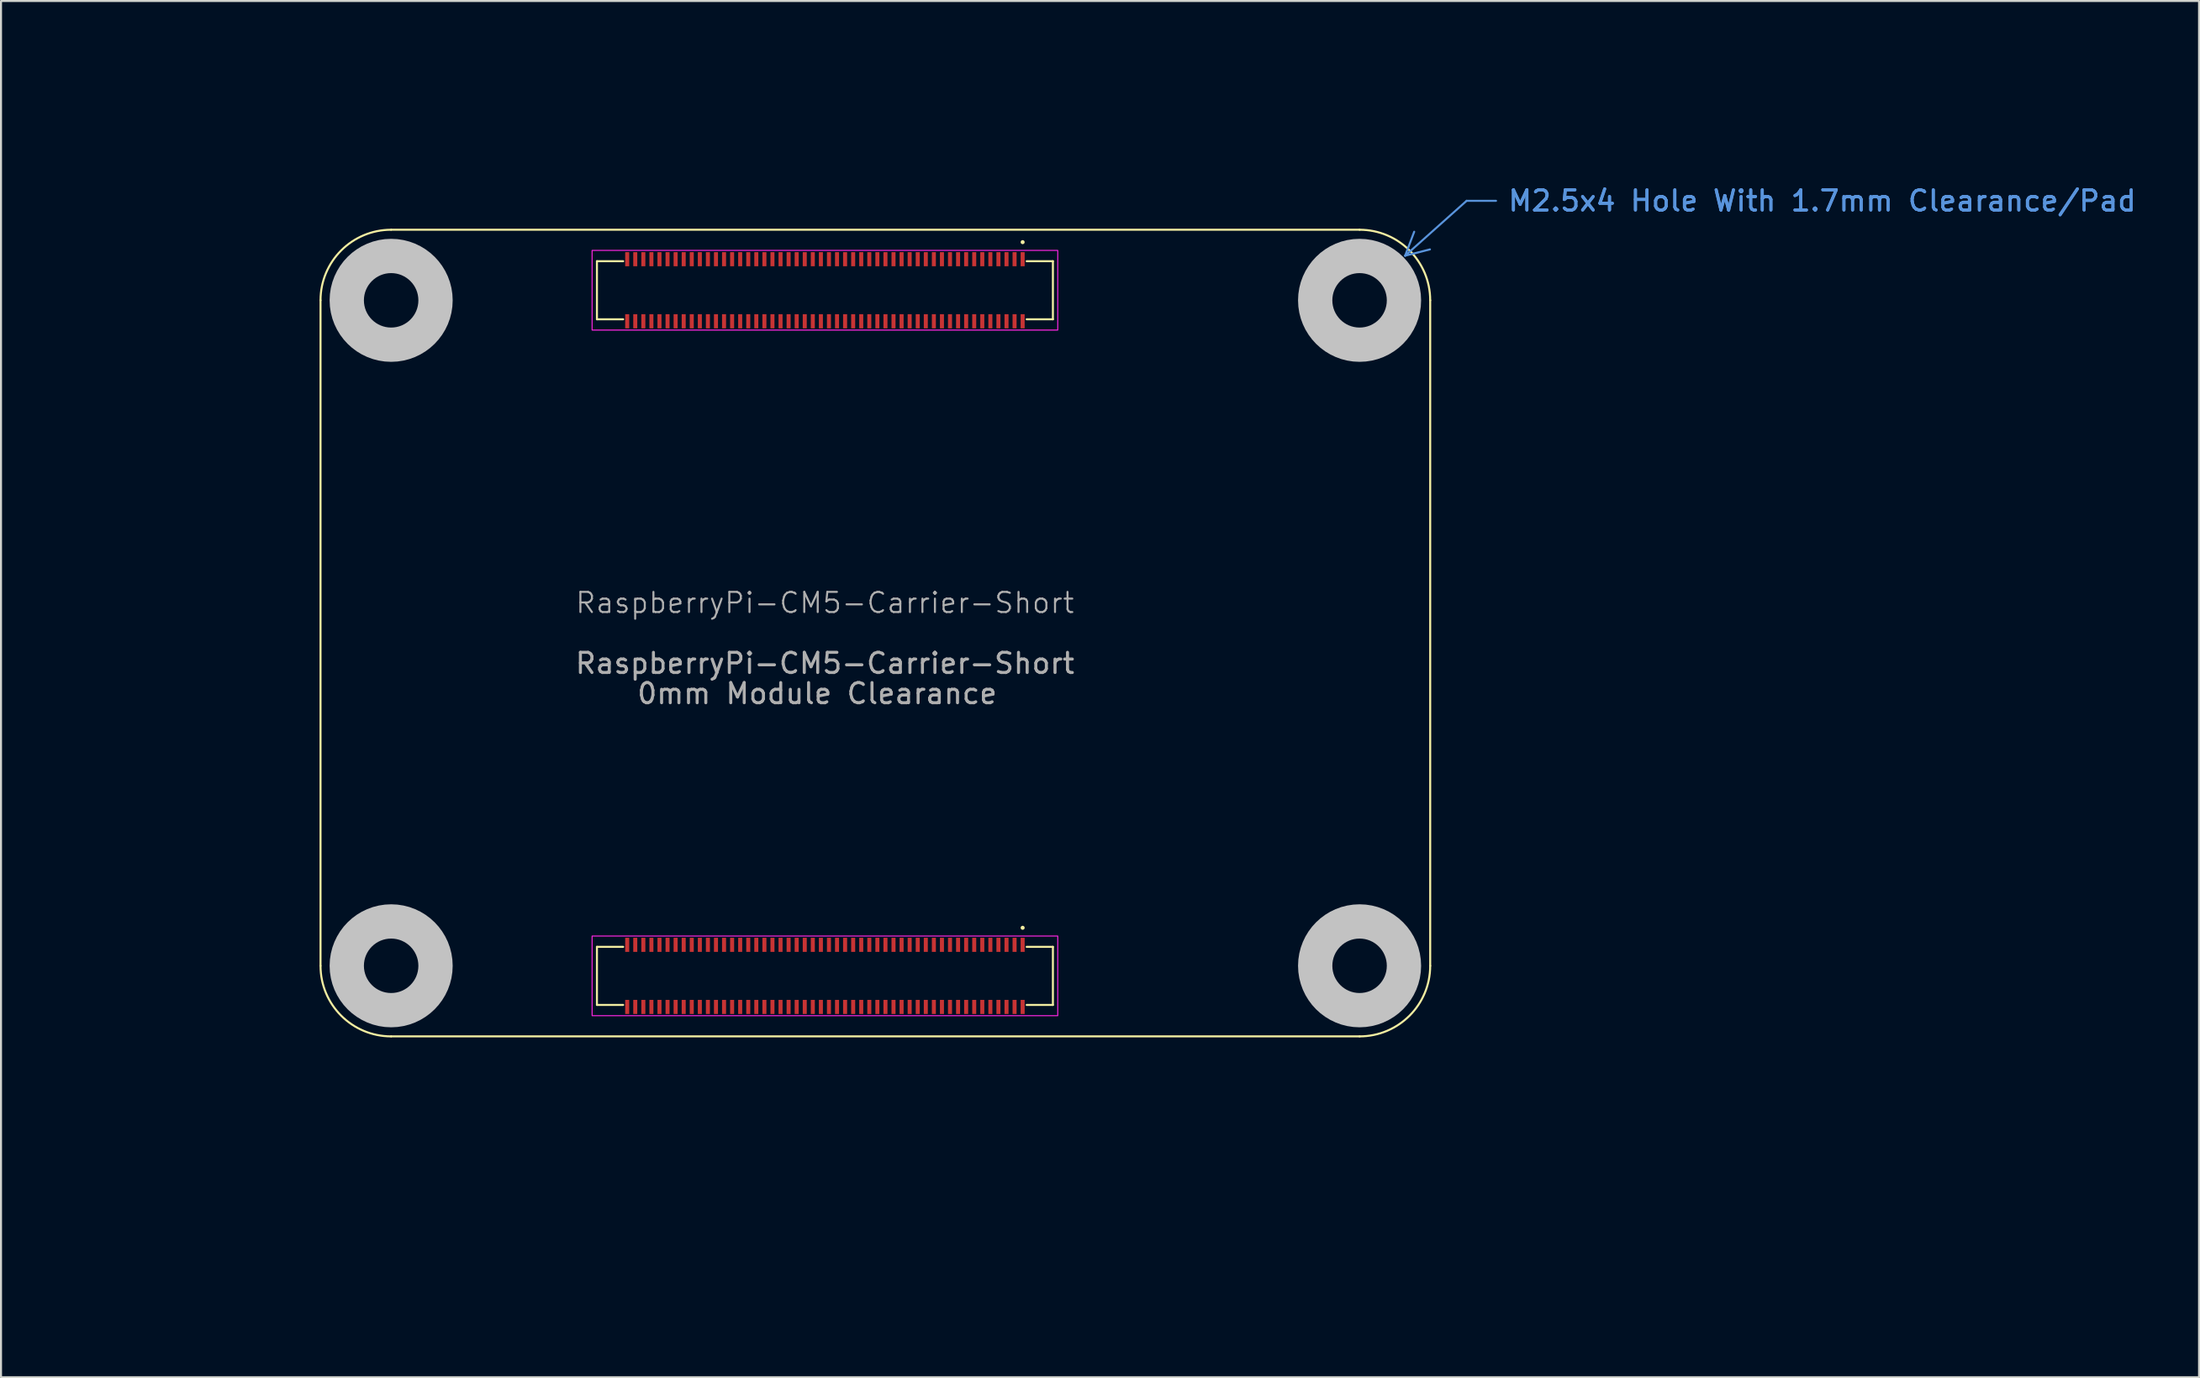
<source format=kicad_pcb>
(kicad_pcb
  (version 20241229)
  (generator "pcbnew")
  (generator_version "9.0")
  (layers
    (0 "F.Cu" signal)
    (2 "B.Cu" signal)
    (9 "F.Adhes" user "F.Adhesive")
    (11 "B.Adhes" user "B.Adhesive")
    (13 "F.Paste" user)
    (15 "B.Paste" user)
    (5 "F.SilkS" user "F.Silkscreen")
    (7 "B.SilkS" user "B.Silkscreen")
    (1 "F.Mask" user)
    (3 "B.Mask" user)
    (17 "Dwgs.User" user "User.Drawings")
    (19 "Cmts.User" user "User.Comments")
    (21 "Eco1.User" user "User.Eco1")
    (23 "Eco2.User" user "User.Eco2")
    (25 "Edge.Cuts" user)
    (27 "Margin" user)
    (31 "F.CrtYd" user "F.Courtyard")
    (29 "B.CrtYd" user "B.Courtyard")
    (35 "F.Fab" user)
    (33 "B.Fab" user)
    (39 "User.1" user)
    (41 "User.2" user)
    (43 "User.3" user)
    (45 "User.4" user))
  (footprint "RaspberryPi-CM5-Carrier-Short"
    (layer "F.Cu")
    (at 37.837 48.343)
    (property "Reference" "RaspberryPi-CM5-Carrier-Short" (at 0 -21.5 0) (unlocked yes) (layer "F.Fab") (effects (font (size 1 1) (thickness 0.1))))
    (attr smd)
    (fp_line (start -25 -3.5) (end -25 -36.5) (stroke (width 0.1) (type default)) (layer "F.SilkS"))
    (fp_line (start -21.5 -40) (end 26.5 -40) (stroke (width 0.1) (type default)) (layer "F.SilkS"))
    (fp_line (start -11.3 -38.44) (end -11.3 -35.56) (stroke (width 0.1) (type default)) (layer "F.SilkS"))
    (fp_line (start -11.3 -38.44) (end -10 -38.44) (stroke (width 0.1) (type default)) (layer "F.SilkS"))
    (fp_line (start -11.3 -35.56) (end -10 -35.56) (stroke (width 0.1) (type default)) (layer "F.SilkS"))
    (fp_line (start -11.3 -4.44) (end -11.3 -1.56) (stroke (width 0.1) (type default)) (layer "F.SilkS"))
    (fp_line (start -11.3 -4.44) (end -10 -4.44) (stroke (width 0.1) (type default)) (layer "F.SilkS"))
    (fp_line (start -11.3 -1.56) (end -10 -1.56) (stroke (width 0.1) (type default)) (layer "F.SilkS"))
    (fp_line (start 11.3 -38.44) (end 10 -38.44) (stroke (width 0.1) (type default)) (layer "F.SilkS"))
    (fp_line (start 11.3 -38.44) (end 11.3 -35.56) (stroke (width 0.1) (type default)) (layer "F.SilkS"))
    (fp_line (start 11.3 -35.56) (end 10 -35.56) (stroke (width 0.1) (type default)) (layer "F.SilkS"))
    (fp_line (start 11.3 -4.44) (end 10 -4.44) (stroke (width 0.1) (type default)) (layer "F.SilkS"))
    (fp_line (start 11.3 -4.44) (end 11.3 -1.56) (stroke (width 0.1) (type default)) (layer "F.SilkS"))
    (fp_line (start 11.3 -1.56) (end 10 -1.56) (stroke (width 0.1) (type default)) (layer "F.SilkS"))
    (fp_line (start 26.5 0) (end -21.5 0) (stroke (width 0.1) (type default)) (layer "F.SilkS"))
    (fp_line (start 30 -36.5) (end 30 -3.5) (stroke (width 0.1) (type default)) (layer "F.SilkS"))
    (fp_arc (start -25 -36.5) (mid -23.974874 -38.974874) (end -21.5 -40) (stroke (width 0.1) (type default)) (layer "F.SilkS"))
    (fp_arc (start -21.5 0) (mid -23.974874 -1.025126) (end -25 -3.5) (stroke (width 0.1) (type default)) (layer "F.SilkS"))
    (fp_arc (start 26.5 -40) (mid 28.974874 -38.974874) (end 30 -36.5) (stroke (width 0.1) (type default)) (layer "F.SilkS"))
    (fp_arc (start 30 -3.5) (mid 28.974874 -1.025126) (end 26.5 0) (stroke (width 0.1) (type default)) (layer "F.SilkS"))
    (fp_circle (center 9.8 -39.385) (end 9.9 -39.385) (stroke (width 0) (type default)) (fill yes) (layer "F.SilkS"))
    (fp_circle (center 9.8 -5.385) (end 9.9 -5.385) (stroke (width 0) (type default)) (fill yes) (layer "F.SilkS"))
    (fp_circle (center -21.5 -36.5) (end -19.3 -36.5) (stroke (width 1.7) (type default)) (fill no) (layer "Dwgs.User"))
    (fp_circle (center -21.5 -3.5) (end -19.3 -3.5) (stroke (width 1.7) (type default)) (fill no) (layer "Dwgs.User"))
    (fp_circle (center 26.5 -36.5) (end 28.7 -36.5) (stroke (width 1.7) (type default)) (fill no) (layer "Dwgs.User"))
    (fp_circle (center 26.5 -3.5) (end 28.7 -3.5) (stroke (width 1.7) (type default)) (fill no) (layer "Dwgs.User"))
    (fp_rect (start -11.54 -38.975) (end 11.54 -35.025) (stroke (width 0.05) (type solid)) (fill no) (layer "F.CrtYd"))
    (fp_rect (start -11.54 -4.975) (end 11.54 -1.025) (stroke (width 0.05) (type solid)) (fill no) (layer "F.CrtYd"))
    (fp_text user "0mm Module Clearance " (at 0 -17 0) (unlocked yes) (layer "F.Fab") (effects (font (size 1 1) (thickness 0.15))))
    (fp_text user "${REFERENCE}" (at 0 -18.5 0) (unlocked yes) (layer "F.Fab") (effects (font (size 1 1) (thickness 0.15))))
    (dimension (type leader) (layer "Cmts.User") (pts (xy 66.222 9.963) (xy 69.642 6.908)) (format (prefix "") (suffix "") (units 0) (units_format 0) (precision 4) (override_value "M2.5x4 Hole With 1.7mm Clearance/Pad")) (style (thickness 0.1) (arrow_length 1.27) (text_position_mode 0) (text_frame 0) (extension_offset 0.5)) (gr_text "M2.5x4 Hole With 1.7mm Clearance/Pad" (at 87.272 6.908 0) (layer "Cmts.User") (effects (font (size 1 1) (thickness 0.15)))))
    (dimension (type leader) (layer "User.2") (pts (xy 13.863 47.318) (xy 10.267 50.988)) (format (prefix "") (suffix "") (units 0) (units_format 0) (precision 4) (override_value "3.5x4")) (style (thickness 0.1) (arrow_length 1.27) (text_position_mode 0) (text_frame 0) (extension_offset 0.5)) (gr_text "3.5x4" (at 3.977 50.988 0) (layer "User.2") (effects (font (size 1 1) (thickness 0.15)))))
    (dimension (type orthogonal) (layer "User.2") (pts (xy 12.837 48.343) (xy 64.337 48.343)) (height 10.02) (orientation 0) (format (prefix "") (suffix "") (units 3) (units_format 0) (precision 4) (suppress_zeroes yes)) (style (thickness 0.1) (arrow_length 1.27) (text_position_mode 0) (arrow_direction outward) (extension_height 0.586) (extension_offset 0.5) (keep_text_aligned yes)) (gr_text "51.5" (at 38.587 57.213 0) (layer "User.2") (effects (font (size 1 1) (thickness 0.15)))))
    (dimension (type orthogonal) (layer "User.2") (pts (xy 12.837 48.343) (xy 67.837 48.343)) (height 13.265) (orientation 0) (format (prefix "") (suffix "") (units 3) (units_format 0) (precision 4) (suppress_zeroes yes)) (style (thickness 0.1) (arrow_length 1.27) (text_position_mode 0) (arrow_direction outward) (extension_height 0.586) (extension_offset 0.5) (keep_text_aligned yes)) (gr_text "55" (at 40.337 60.458 0) (layer "User.2") (effects (font (size 1 1) (thickness 0.15)))))
    (dimension (type orthogonal) (layer "User.2") (pts (xy 49.377 45.343) (xy 49.377 48.343)) (height 3.04) (orientation 1) (format (prefix "") (suffix "") (units 3) (units_format 0) (precision 4) (suppress_zeroes yes)) (style (thickness 0.1) (arrow_length 1.27) (text_position_mode 0) (arrow_direction outward) (extension_height 0.586) (extension_offset 0.5) (keep_text_aligned yes)) (gr_text "3" (at 51.267 46.843 90) (layer "User.2") (effects (font (size 1 1) (thickness 0.15)))))
    (dimension (type orthogonal) (layer "User.2") (pts (xy 12.837 48.343) (xy 12.837 11.843)) (height -6.265) (orientation 1) (format (prefix "") (suffix "") (units 3) (units_format 0) (precision 4) (suppress_zeroes yes)) (style (thickness 0.1) (arrow_length 1.27) (text_position_mode 0) (arrow_direction outward) (extension_height 0.586) (extension_offset 0.5) (keep_text_aligned yes)) (gr_text "36.5" (at 5.422 30.093 90) (layer "User.2") (effects (font (size 1 1) (thickness 0.15)))))
    (dimension (type orthogonal) (layer "User.2") (pts (xy 12.837 48.343) (xy 12.837 44.843)) (height -2.515) (orientation 1) (format (prefix "") (suffix "") (units 3) (units_format 0) (precision 4) (suppress_zeroes yes)) (style (thickness 0.1) (arrow_length 1.27) (text_position_mode 0) (arrow_direction outward) (extension_height 0.586) (extension_offset 0.5) (keep_text_aligned yes)) (gr_text "3.5" (at 9.172 46.593 90) (layer "User.2") (effects (font (size 1 1) (thickness 0.15)))))
    (dimension (type orthogonal) (layer "User.2") (pts (xy 47.637 8.343) (xy 12.837 8.343)) (height -6.345) (orientation 0) (format (prefix "") (suffix "") (units 3) (units_format 0) (precision 4) (suppress_zeroes yes)) (style (thickness 0.1) (arrow_length 1.27) (text_position_mode 0) (arrow_direction outward) (extension_height 0.586) (extension_offset 0.5) (keep_text_aligned yes)) (gr_text "34.8" (at 30.237 0.848 0) (layer "User.2") (effects (font (size 1 1) (thickness 0.15)))))
    (dimension (type orthogonal) (layer "User.2") (pts (xy 12.837 48.343) (xy 47.637 48.343)) (height 6.335) (orientation 0) (format (prefix "") (suffix "") (units 3) (units_format 0) (precision 4) (suppress_zeroes yes)) (style (thickness 0.1) (arrow_length 1.27) (text_position_mode 0) (arrow_direction outward) (extension_height 0.586) (extension_offset 0.5) (keep_text_aligned yes)) (gr_text "34.8" (at 30.237 53.528 0) (layer "User.2") (effects (font (size 1 1) (thickness 0.15)))))
    (dimension (type orthogonal) (layer "User.2") (pts (xy 12.837 48.343) (xy 12.837 8.343)) (height -10.61) (orientation 1) (format (prefix "") (suffix "") (units 3) (units_format 0) (precision 4) (suppress_zeroes yes)) (style (thickness 0.1) (arrow_length 1.27) (text_position_mode 0) (arrow_direction outward) (extension_height 0.586) (extension_offset 0.5) (keep_text_aligned yes)) (gr_text "40" (at 1.077 28.343 90) (layer "User.2") (effects (font (size 1 1) (thickness 0.15)))))
    (dimension (type orthogonal) (layer "User.2") (pts (xy 49.377 11.343) (xy 49.377 8.343)) (height 2.575) (orientation 1) (format (prefix "") (suffix "") (units 3) (units_format 0) (precision 4) (suppress_zeroes yes)) (style (thickness 0.1) (arrow_length 1.27) (text_position_mode 0) (arrow_direction outward) (extension_height 0.586) (extension_offset 0.5) (keep_text_aligned yes)) (gr_text "3" (at 50.802 9.843 90) (layer "User.2") (effects (font (size 1 1) (thickness 0.15)))))
    (dimension (type orthogonal) (layer "User.2") (pts (xy 12.837 48.343) (xy 16.337 48.343)) (height 3) (orientation 0) (format (prefix "") (suffix "") (units 3) (units_format 0) (precision 4) (suppress_zeroes yes)) (style (thickness 0.1) (arrow_length 1.27) (text_position_mode 0) (arrow_direction outward) (extension_height 0.586) (extension_offset 0.5) (keep_text_aligned yes)) (gr_text "3.5" (at 14.587 50.193 0) (layer "User.2") (effects (font (size 1 1) (thickness 0.15)))))
    (pad "1" smd rect (at 9.8 -38.54) (size 0.2 0.7) (layers "F.Cu" "F.Mask" "F.Paste"))
    (pad "2" smd rect (at 9.8 -35.46) (size 0.2 0.7) (layers "F.Cu" "F.Mask" "F.Paste"))
    (pad "3" smd rect (at 9.4 -38.54) (size 0.2 0.7) (layers "F.Cu" "F.Mask" "F.Paste"))
    (pad "4" smd rect (at 9.4 -35.46) (size 0.2 0.7) (layers "F.Cu" "F.Mask" "F.Paste"))
    (pad "5" smd rect (at 9 -38.54) (size 0.2 0.7) (layers "F.Cu" "F.Mask" "F.Paste"))
    (pad "6" smd rect (at 9 -35.46) (size 0.2 0.7) (layers "F.Cu" "F.Mask" "F.Paste"))
    (pad "7" smd rect (at 8.6 -38.54) (size 0.2 0.7) (layers "F.Cu" "F.Mask" "F.Paste"))
    (pad "8" smd rect (at 8.6 -35.46) (size 0.2 0.7) (layers "F.Cu" "F.Mask" "F.Paste"))
    (pad "9" smd rect (at 8.2 -38.54) (size 0.2 0.7) (layers "F.Cu" "F.Mask" "F.Paste"))
    (pad "10" smd rect (at 8.2 -35.46) (size 0.2 0.7) (layers "F.Cu" "F.Mask" "F.Paste"))
    (pad "11" smd rect (at 7.8 -38.54) (size 0.2 0.7) (layers "F.Cu" "F.Mask" "F.Paste"))
    (pad "12" smd rect (at 7.8 -35.46) (size 0.2 0.7) (layers "F.Cu" "F.Mask" "F.Paste"))
    (pad "13" smd rect (at 7.4 -38.54) (size 0.2 0.7) (layers "F.Cu" "F.Mask" "F.Paste"))
    (pad "14" smd rect (at 7.4 -35.46) (size 0.2 0.7) (layers "F.Cu" "F.Mask" "F.Paste"))
    (pad "15" smd rect (at 7 -38.54) (size 0.2 0.7) (layers "F.Cu" "F.Mask" "F.Paste"))
    (pad "16" smd rect (at 7 -35.46) (size 0.2 0.7) (layers "F.Cu" "F.Mask" "F.Paste"))
    (pad "17" smd rect (at 6.6 -38.54) (size 0.2 0.7) (layers "F.Cu" "F.Mask" "F.Paste"))
    (pad "18" smd rect (at 6.6 -35.46) (size 0.2 0.7) (layers "F.Cu" "F.Mask" "F.Paste"))
    (pad "19" smd rect (at 6.2 -38.54) (size 0.2 0.7) (layers "F.Cu" "F.Mask" "F.Paste"))
    (pad "20" smd rect (at 6.2 -35.46) (size 0.2 0.7) (layers "F.Cu" "F.Mask" "F.Paste"))
    (pad "21" smd rect (at 5.8 -38.54) (size 0.2 0.7) (layers "F.Cu" "F.Mask" "F.Paste"))
    (pad "22" smd rect (at 5.8 -35.46) (size 0.2 0.7) (layers "F.Cu" "F.Mask" "F.Paste"))
    (pad "23" smd rect (at 5.4 -38.54) (size 0.2 0.7) (layers "F.Cu" "F.Mask" "F.Paste"))
    (pad "24" smd rect (at 5.4 -35.46) (size 0.2 0.7) (layers "F.Cu" "F.Mask" "F.Paste"))
    (pad "25" smd rect (at 5 -38.54) (size 0.2 0.7) (layers "F.Cu" "F.Mask" "F.Paste"))
    (pad "26" smd rect (at 5 -35.46) (size 0.2 0.7) (layers "F.Cu" "F.Mask" "F.Paste"))
    (pad "27" smd rect (at 4.6 -38.54) (size 0.2 0.7) (layers "F.Cu" "F.Mask" "F.Paste"))
    (pad "28" smd rect (at 4.6 -35.46) (size 0.2 0.7) (layers "F.Cu" "F.Mask" "F.Paste"))
    (pad "29" smd rect (at 4.2 -38.54) (size 0.2 0.7) (layers "F.Cu" "F.Mask" "F.Paste"))
    (pad "30" smd rect (at 4.2 -35.46) (size 0.2 0.7) (layers "F.Cu" "F.Mask" "F.Paste"))
    (pad "31" smd rect (at 3.8 -38.54) (size 0.2 0.7) (layers "F.Cu" "F.Mask" "F.Paste"))
    (pad "32" smd rect (at 3.8 -35.46) (size 0.2 0.7) (layers "F.Cu" "F.Mask" "F.Paste"))
    (pad "33" smd rect (at 3.4 -38.54) (size 0.2 0.7) (layers "F.Cu" "F.Mask" "F.Paste"))
    (pad "34" smd rect (at 3.4 -35.46) (size 0.2 0.7) (layers "F.Cu" "F.Mask" "F.Paste"))
    (pad "35" smd rect (at 3 -38.54) (size 0.2 0.7) (layers "F.Cu" "F.Mask" "F.Paste"))
    (pad "36" smd rect (at 3 -35.46) (size 0.2 0.7) (layers "F.Cu" "F.Mask" "F.Paste"))
    (pad "37" smd rect (at 2.6 -38.54) (size 0.2 0.7) (layers "F.Cu" "F.Mask" "F.Paste"))
    (pad "38" smd rect (at 2.6 -35.46) (size 0.2 0.7) (layers "F.Cu" "F.Mask" "F.Paste"))
    (pad "39" smd rect (at 2.2 -38.54) (size 0.2 0.7) (layers "F.Cu" "F.Mask" "F.Paste"))
    (pad "40" smd rect (at 2.2 -35.46) (size 0.2 0.7) (layers "F.Cu" "F.Mask" "F.Paste"))
    (pad "41" smd rect (at 1.8 -38.54) (size 0.2 0.7) (layers "F.Cu" "F.Mask" "F.Paste"))
    (pad "42" smd rect (at 1.8 -35.46) (size 0.2 0.7) (layers "F.Cu" "F.Mask" "F.Paste"))
    (pad "43" smd rect (at 1.4 -38.54) (size 0.2 0.7) (layers "F.Cu" "F.Mask" "F.Paste"))
    (pad "44" smd rect (at 1.4 -35.46) (size 0.2 0.7) (layers "F.Cu" "F.Mask" "F.Paste"))
    (pad "45" smd rect (at 1 -38.54) (size 0.2 0.7) (layers "F.Cu" "F.Mask" "F.Paste"))
    (pad "46" smd rect (at 1 -35.46) (size 0.2 0.7) (layers "F.Cu" "F.Mask" "F.Paste"))
    (pad "47" smd rect (at 0.6 -38.54) (size 0.2 0.7) (layers "F.Cu" "F.Mask" "F.Paste"))
    (pad "48" smd rect (at 0.6 -35.46) (size 0.2 0.7) (layers "F.Cu" "F.Mask" "F.Paste"))
    (pad "49" smd rect (at 0.2 -38.54) (size 0.2 0.7) (layers "F.Cu" "F.Mask" "F.Paste"))
    (pad "50" smd rect (at 0.2 -35.46) (size 0.2 0.7) (layers "F.Cu" "F.Mask" "F.Paste"))
    (pad "51" smd rect (at -0.2 -38.54) (size 0.2 0.7) (layers "F.Cu" "F.Mask" "F.Paste"))
    (pad "52" smd rect (at -0.2 -35.46) (size 0.2 0.7) (layers "F.Cu" "F.Mask" "F.Paste"))
    (pad "53" smd rect (at -0.6 -38.54) (size 0.2 0.7) (layers "F.Cu" "F.Mask" "F.Paste"))
    (pad "54" smd rect (at -0.6 -35.46) (size 0.2 0.7) (layers "F.Cu" "F.Mask" "F.Paste"))
    (pad "55" smd rect (at -1 -38.54) (size 0.2 0.7) (layers "F.Cu" "F.Mask" "F.Paste"))
    (pad "56" smd rect (at -1 -35.46) (size 0.2 0.7) (layers "F.Cu" "F.Mask" "F.Paste"))
    (pad "57" smd rect (at -1.4 -38.54) (size 0.2 0.7) (layers "F.Cu" "F.Mask" "F.Paste"))
    (pad "58" smd rect (at -1.4 -35.46) (size 0.2 0.7) (layers "F.Cu" "F.Mask" "F.Paste"))
    (pad "59" smd rect (at -1.8 -38.54) (size 0.2 0.7) (layers "F.Cu" "F.Mask" "F.Paste"))
    (pad "60" smd rect (at -1.8 -35.46) (size 0.2 0.7) (layers "F.Cu" "F.Mask" "F.Paste"))
    (pad "61" smd rect (at -2.2 -38.54) (size 0.2 0.7) (layers "F.Cu" "F.Mask" "F.Paste"))
    (pad "62" smd rect (at -2.2 -35.46) (size 0.2 0.7) (layers "F.Cu" "F.Mask" "F.Paste"))
    (pad "63" smd rect (at -2.6 -38.54) (size 0.2 0.7) (layers "F.Cu" "F.Mask" "F.Paste"))
    (pad "64" smd rect (at -2.6 -35.46) (size 0.2 0.7) (layers "F.Cu" "F.Mask" "F.Paste"))
    (pad "65" smd rect (at -3 -38.54) (size 0.2 0.7) (layers "F.Cu" "F.Mask" "F.Paste"))
    (pad "66" smd rect (at -3 -35.46) (size 0.2 0.7) (layers "F.Cu" "F.Mask" "F.Paste"))
    (pad "67" smd rect (at -3.4 -38.54) (size 0.2 0.7) (layers "F.Cu" "F.Mask" "F.Paste"))
    (pad "68" smd rect (at -3.4 -35.46) (size 0.2 0.7) (layers "F.Cu" "F.Mask" "F.Paste"))
    (pad "69" smd rect (at -3.8 -38.54) (size 0.2 0.7) (layers "F.Cu" "F.Mask" "F.Paste"))
    (pad "70" smd rect (at -3.8 -35.46) (size 0.2 0.7) (layers "F.Cu" "F.Mask" "F.Paste"))
    (pad "71" smd rect (at -4.2 -38.54) (size 0.2 0.7) (layers "F.Cu" "F.Mask" "F.Paste"))
    (pad "72" smd rect (at -4.2 -35.46) (size 0.2 0.7) (layers "F.Cu" "F.Mask" "F.Paste"))
    (pad "73" smd rect (at -4.6 -38.54) (size 0.2 0.7) (layers "F.Cu" "F.Mask" "F.Paste"))
    (pad "74" smd rect (at -4.6 -35.46) (size 0.2 0.7) (layers "F.Cu" "F.Mask" "F.Paste"))
    (pad "75" smd rect (at -5 -38.54) (size 0.2 0.7) (layers "F.Cu" "F.Mask" "F.Paste"))
    (pad "76" smd rect (at -5 -35.46) (size 0.2 0.7) (layers "F.Cu" "F.Mask" "F.Paste"))
    (pad "77" smd rect (at -5.4 -38.54) (size 0.2 0.7) (layers "F.Cu" "F.Mask" "F.Paste"))
    (pad "78" smd rect (at -5.4 -35.46) (size 0.2 0.7) (layers "F.Cu" "F.Mask" "F.Paste"))
    (pad "79" smd rect (at -5.8 -38.54) (size 0.2 0.7) (layers "F.Cu" "F.Mask" "F.Paste"))
    (pad "80" smd rect (at -5.8 -35.46) (size 0.2 0.7) (layers "F.Cu" "F.Mask" "F.Paste"))
    (pad "81" smd rect (at -6.2 -38.54) (size 0.2 0.7) (layers "F.Cu" "F.Mask" "F.Paste"))
    (pad "82" smd rect (at -6.2 -35.46) (size 0.2 0.7) (layers "F.Cu" "F.Mask" "F.Paste"))
    (pad "83" smd rect (at -6.6 -38.54) (size 0.2 0.7) (layers "F.Cu" "F.Mask" "F.Paste"))
    (pad "84" smd rect (at -6.6 -35.46) (size 0.2 0.7) (layers "F.Cu" "F.Mask" "F.Paste"))
    (pad "85" smd rect (at -7 -38.54) (size 0.2 0.7) (layers "F.Cu" "F.Mask" "F.Paste"))
    (pad "86" smd rect (at -7 -35.46) (size 0.2 0.7) (layers "F.Cu" "F.Mask" "F.Paste"))
    (pad "87" smd rect (at -7.4 -38.54) (size 0.2 0.7) (layers "F.Cu" "F.Mask" "F.Paste"))
    (pad "88" smd rect (at -7.4 -35.46) (size 0.2 0.7) (layers "F.Cu" "F.Mask" "F.Paste"))
    (pad "89" smd rect (at -7.8 -38.54) (size 0.2 0.7) (layers "F.Cu" "F.Mask" "F.Paste"))
    (pad "90" smd rect (at -7.8 -35.46) (size 0.2 0.7) (layers "F.Cu" "F.Mask" "F.Paste"))
    (pad "91" smd rect (at -8.2 -38.54) (size 0.2 0.7) (layers "F.Cu" "F.Mask" "F.Paste"))
    (pad "92" smd rect (at -8.2 -35.46) (size 0.2 0.7) (layers "F.Cu" "F.Mask" "F.Paste"))
    (pad "93" smd rect (at -8.6 -38.54) (size 0.2 0.7) (layers "F.Cu" "F.Mask" "F.Paste"))
    (pad "94" smd rect (at -8.6 -35.46) (size 0.2 0.7) (layers "F.Cu" "F.Mask" "F.Paste"))
    (pad "95" smd rect (at -9 -38.54) (size 0.2 0.7) (layers "F.Cu" "F.Mask" "F.Paste"))
    (pad "96" smd rect (at -9 -35.46) (size 0.2 0.7) (layers "F.Cu" "F.Mask" "F.Paste"))
    (pad "97" smd rect (at -9.4 -38.54) (size 0.2 0.7) (layers "F.Cu" "F.Mask" "F.Paste"))
    (pad "98" smd rect (at -9.4 -35.46) (size 0.2 0.7) (layers "F.Cu" "F.Mask" "F.Paste"))
    (pad "99" smd rect (at -9.8 -38.54) (size 0.2 0.7) (layers "F.Cu" "F.Mask" "F.Paste"))
    (pad "100" smd rect (at -9.8 -35.46) (size 0.2 0.7) (layers "F.Cu" "F.Mask" "F.Paste"))
    (pad "101" smd rect (at 9.8 -4.54) (size 0.2 0.7) (layers "F.Cu" "F.Mask" "F.Paste"))
    (pad "102" smd rect (at 9.8 -1.46) (size 0.2 0.7) (layers "F.Cu" "F.Mask" "F.Paste"))
    (pad "103" smd rect (at 9.4 -4.54) (size 0.2 0.7) (layers "F.Cu" "F.Mask" "F.Paste"))
    (pad "104" smd rect (at 9.4 -1.46) (size 0.2 0.7) (layers "F.Cu" "F.Mask" "F.Paste"))
    (pad "105" smd rect (at 9 -4.54) (size 0.2 0.7) (layers "F.Cu" "F.Mask" "F.Paste"))
    (pad "106" smd rect (at 9 -1.46) (size 0.2 0.7) (layers "F.Cu" "F.Mask" "F.Paste"))
    (pad "107" smd rect (at 8.6 -4.54) (size 0.2 0.7) (layers "F.Cu" "F.Mask" "F.Paste"))
    (pad "108" smd rect (at 8.6 -1.46) (size 0.2 0.7) (layers "F.Cu" "F.Mask" "F.Paste"))
    (pad "109" smd rect (at 8.2 -4.54) (size 0.2 0.7) (layers "F.Cu" "F.Mask" "F.Paste"))
    (pad "110" smd rect (at 8.2 -1.46) (size 0.2 0.7) (layers "F.Cu" "F.Mask" "F.Paste"))
    (pad "111" smd rect (at 7.8 -4.54) (size 0.2 0.7) (layers "F.Cu" "F.Mask" "F.Paste"))
    (pad "112" smd rect (at 7.8 -1.46) (size 0.2 0.7) (layers "F.Cu" "F.Mask" "F.Paste"))
    (pad "113" smd rect (at 7.4 -4.54) (size 0.2 0.7) (layers "F.Cu" "F.Mask" "F.Paste"))
    (pad "114" smd rect (at 7.4 -1.46) (size 0.2 0.7) (layers "F.Cu" "F.Mask" "F.Paste"))
    (pad "115" smd rect (at 7 -4.54) (size 0.2 0.7) (layers "F.Cu" "F.Mask" "F.Paste"))
    (pad "116" smd rect (at 7 -1.46) (size 0.2 0.7) (layers "F.Cu" "F.Mask" "F.Paste"))
    (pad "117" smd rect (at 6.6 -4.54) (size 0.2 0.7) (layers "F.Cu" "F.Mask" "F.Paste"))
    (pad "118" smd rect (at 6.6 -1.46) (size 0.2 0.7) (layers "F.Cu" "F.Mask" "F.Paste"))
    (pad "119" smd rect (at 6.2 -4.54) (size 0.2 0.7) (layers "F.Cu" "F.Mask" "F.Paste"))
    (pad "120" smd rect (at 6.2 -1.46) (size 0.2 0.7) (layers "F.Cu" "F.Mask" "F.Paste"))
    (pad "121" smd rect (at 5.8 -4.54) (size 0.2 0.7) (layers "F.Cu" "F.Mask" "F.Paste"))
    (pad "122" smd rect (at 5.8 -1.46) (size 0.2 0.7) (layers "F.Cu" "F.Mask" "F.Paste"))
    (pad "123" smd rect (at 5.4 -4.54) (size 0.2 0.7) (layers "F.Cu" "F.Mask" "F.Paste"))
    (pad "124" smd rect (at 5.4 -1.46) (size 0.2 0.7) (layers "F.Cu" "F.Mask" "F.Paste"))
    (pad "125" smd rect (at 5 -4.54) (size 0.2 0.7) (layers "F.Cu" "F.Mask" "F.Paste"))
    (pad "126" smd rect (at 5 -1.46) (size 0.2 0.7) (layers "F.Cu" "F.Mask" "F.Paste"))
    (pad "127" smd rect (at 4.6 -4.54) (size 0.2 0.7) (layers "F.Cu" "F.Mask" "F.Paste"))
    (pad "128" smd rect (at 4.6 -1.46) (size 0.2 0.7) (layers "F.Cu" "F.Mask" "F.Paste"))
    (pad "129" smd rect (at 4.2 -4.54) (size 0.2 0.7) (layers "F.Cu" "F.Mask" "F.Paste"))
    (pad "130" smd rect (at 4.2 -1.46) (size 0.2 0.7) (layers "F.Cu" "F.Mask" "F.Paste"))
    (pad "131" smd rect (at 3.8 -4.54) (size 0.2 0.7) (layers "F.Cu" "F.Mask" "F.Paste"))
    (pad "132" smd rect (at 3.8 -1.46) (size 0.2 0.7) (layers "F.Cu" "F.Mask" "F.Paste"))
    (pad "133" smd rect (at 3.4 -4.54) (size 0.2 0.7) (layers "F.Cu" "F.Mask" "F.Paste"))
    (pad "134" smd rect (at 3.4 -1.46) (size 0.2 0.7) (layers "F.Cu" "F.Mask" "F.Paste"))
    (pad "135" smd rect (at 3 -4.54) (size 0.2 0.7) (layers "F.Cu" "F.Mask" "F.Paste"))
    (pad "136" smd rect (at 3 -1.46) (size 0.2 0.7) (layers "F.Cu" "F.Mask" "F.Paste"))
    (pad "137" smd rect (at 2.6 -4.54) (size 0.2 0.7) (layers "F.Cu" "F.Mask" "F.Paste"))
    (pad "138" smd rect (at 2.6 -1.46) (size 0.2 0.7) (layers "F.Cu" "F.Mask" "F.Paste"))
    (pad "139" smd rect (at 2.2 -4.54) (size 0.2 0.7) (layers "F.Cu" "F.Mask" "F.Paste"))
    (pad "140" smd rect (at 2.2 -1.46) (size 0.2 0.7) (layers "F.Cu" "F.Mask" "F.Paste"))
    (pad "141" smd rect (at 1.8 -4.54) (size 0.2 0.7) (layers "F.Cu" "F.Mask" "F.Paste"))
    (pad "142" smd rect (at 1.8 -1.46) (size 0.2 0.7) (layers "F.Cu" "F.Mask" "F.Paste"))
    (pad "143" smd rect (at 1.4 -4.54) (size 0.2 0.7) (layers "F.Cu" "F.Mask" "F.Paste"))
    (pad "144" smd rect (at 1.4 -1.46) (size 0.2 0.7) (layers "F.Cu" "F.Mask" "F.Paste"))
    (pad "145" smd rect (at 1 -4.54) (size 0.2 0.7) (layers "F.Cu" "F.Mask" "F.Paste"))
    (pad "146" smd rect (at 1 -1.46) (size 0.2 0.7) (layers "F.Cu" "F.Mask" "F.Paste"))
    (pad "147" smd rect (at 0.6 -4.54) (size 0.2 0.7) (layers "F.Cu" "F.Mask" "F.Paste"))
    (pad "148" smd rect (at 0.6 -1.46) (size 0.2 0.7) (layers "F.Cu" "F.Mask" "F.Paste"))
    (pad "149" smd rect (at 0.2 -4.54) (size 0.2 0.7) (layers "F.Cu" "F.Mask" "F.Paste"))
    (pad "150" smd rect (at 0.2 -1.46) (size 0.2 0.7) (layers "F.Cu" "F.Mask" "F.Paste"))
    (pad "151" smd rect (at -0.2 -4.54) (size 0.2 0.7) (layers "F.Cu" "F.Mask" "F.Paste"))
    (pad "152" smd rect (at -0.2 -1.46) (size 0.2 0.7) (layers "F.Cu" "F.Mask" "F.Paste"))
    (pad "153" smd rect (at -0.6 -4.54) (size 0.2 0.7) (layers "F.Cu" "F.Mask" "F.Paste"))
    (pad "154" smd rect (at -0.6 -1.46) (size 0.2 0.7) (layers "F.Cu" "F.Mask" "F.Paste"))
    (pad "155" smd rect (at -1 -4.54) (size 0.2 0.7) (layers "F.Cu" "F.Mask" "F.Paste"))
    (pad "156" smd rect (at -1 -1.46) (size 0.2 0.7) (layers "F.Cu" "F.Mask" "F.Paste"))
    (pad "157" smd rect (at -1.4 -4.54) (size 0.2 0.7) (layers "F.Cu" "F.Mask" "F.Paste"))
    (pad "158" smd rect (at -1.4 -1.46) (size 0.2 0.7) (layers "F.Cu" "F.Mask" "F.Paste"))
    (pad "159" smd rect (at -1.8 -4.54) (size 0.2 0.7) (layers "F.Cu" "F.Mask" "F.Paste"))
    (pad "160" smd rect (at -1.8 -1.46) (size 0.2 0.7) (layers "F.Cu" "F.Mask" "F.Paste"))
    (pad "161" smd rect (at -2.2 -4.54) (size 0.2 0.7) (layers "F.Cu" "F.Mask" "F.Paste"))
    (pad "162" smd rect (at -2.2 -1.46) (size 0.2 0.7) (layers "F.Cu" "F.Mask" "F.Paste"))
    (pad "163" smd rect (at -2.6 -4.54) (size 0.2 0.7) (layers "F.Cu" "F.Mask" "F.Paste"))
    (pad "164" smd rect (at -2.6 -1.46) (size 0.2 0.7) (layers "F.Cu" "F.Mask" "F.Paste"))
    (pad "165" smd rect (at -3 -4.54) (size 0.2 0.7) (layers "F.Cu" "F.Mask" "F.Paste"))
    (pad "166" smd rect (at -3 -1.46) (size 0.2 0.7) (layers "F.Cu" "F.Mask" "F.Paste"))
    (pad "167" smd rect (at -3.4 -4.54) (size 0.2 0.7) (layers "F.Cu" "F.Mask" "F.Paste"))
    (pad "168" smd rect (at -3.4 -1.46) (size 0.2 0.7) (layers "F.Cu" "F.Mask" "F.Paste"))
    (pad "169" smd rect (at -3.8 -4.54) (size 0.2 0.7) (layers "F.Cu" "F.Mask" "F.Paste"))
    (pad "170" smd rect (at -3.8 -1.46) (size 0.2 0.7) (layers "F.Cu" "F.Mask" "F.Paste"))
    (pad "171" smd rect (at -4.2 -4.54) (size 0.2 0.7) (layers "F.Cu" "F.Mask" "F.Paste"))
    (pad "172" smd rect (at -4.2 -1.46) (size 0.2 0.7) (layers "F.Cu" "F.Mask" "F.Paste"))
    (pad "173" smd rect (at -4.6 -4.54) (size 0.2 0.7) (layers "F.Cu" "F.Mask" "F.Paste"))
    (pad "174" smd rect (at -4.6 -1.46) (size 0.2 0.7) (layers "F.Cu" "F.Mask" "F.Paste"))
    (pad "175" smd rect (at -5 -4.54) (size 0.2 0.7) (layers "F.Cu" "F.Mask" "F.Paste"))
    (pad "176" smd rect (at -5 -1.46) (size 0.2 0.7) (layers "F.Cu" "F.Mask" "F.Paste"))
    (pad "177" smd rect (at -5.4 -4.54) (size 0.2 0.7) (layers "F.Cu" "F.Mask" "F.Paste"))
    (pad "178" smd rect (at -5.4 -1.46) (size 0.2 0.7) (layers "F.Cu" "F.Mask" "F.Paste"))
    (pad "179" smd rect (at -5.8 -4.54) (size 0.2 0.7) (layers "F.Cu" "F.Mask" "F.Paste"))
    (pad "180" smd rect (at -5.8 -1.46) (size 0.2 0.7) (layers "F.Cu" "F.Mask" "F.Paste"))
    (pad "181" smd rect (at -6.2 -4.54) (size 0.2 0.7) (layers "F.Cu" "F.Mask" "F.Paste"))
    (pad "182" smd rect (at -6.2 -1.46) (size 0.2 0.7) (layers "F.Cu" "F.Mask" "F.Paste"))
    (pad "183" smd rect (at -6.6 -4.54) (size 0.2 0.7) (layers "F.Cu" "F.Mask" "F.Paste"))
    (pad "184" smd rect (at -6.6 -1.46) (size 0.2 0.7) (layers "F.Cu" "F.Mask" "F.Paste"))
    (pad "185" smd rect (at -7 -4.54) (size 0.2 0.7) (layers "F.Cu" "F.Mask" "F.Paste"))
    (pad "186" smd rect (at -7 -1.46) (size 0.2 0.7) (layers "F.Cu" "F.Mask" "F.Paste"))
    (pad "187" smd rect (at -7.4 -4.54) (size 0.2 0.7) (layers "F.Cu" "F.Mask" "F.Paste"))
    (pad "188" smd rect (at -7.4 -1.46) (size 0.2 0.7) (layers "F.Cu" "F.Mask" "F.Paste"))
    (pad "189" smd rect (at -7.8 -4.54) (size 0.2 0.7) (layers "F.Cu" "F.Mask" "F.Paste"))
    (pad "190" smd rect (at -7.8 -1.46) (size 0.2 0.7) (layers "F.Cu" "F.Mask" "F.Paste"))
    (pad "191" smd rect (at -8.2 -4.54) (size 0.2 0.7) (layers "F.Cu" "F.Mask" "F.Paste"))
    (pad "192" smd rect (at -8.2 -1.46) (size 0.2 0.7) (layers "F.Cu" "F.Mask" "F.Paste"))
    (pad "193" smd rect (at -8.6 -4.54) (size 0.2 0.7) (layers "F.Cu" "F.Mask" "F.Paste"))
    (pad "194" smd rect (at -8.6 -1.46) (size 0.2 0.7) (layers "F.Cu" "F.Mask" "F.Paste"))
    (pad "195" smd rect (at -9 -4.54) (size 0.2 0.7) (layers "F.Cu" "F.Mask" "F.Paste"))
    (pad "196" smd rect (at -9 -1.46) (size 0.2 0.7) (layers "F.Cu" "F.Mask" "F.Paste"))
    (pad "197" smd rect (at -9.4 -4.54) (size 0.2 0.7) (layers "F.Cu" "F.Mask" "F.Paste"))
    (pad "198" smd rect (at -9.4 -1.46) (size 0.2 0.7) (layers "F.Cu" "F.Mask" "F.Paste"))
    (pad "199" smd rect (at -9.8 -4.54) (size 0.2 0.7) (layers "F.Cu" "F.Mask" "F.Paste"))
    (pad "200" smd rect (at -9.8 -1.46) (size 0.2 0.7) (layers "F.Cu" "F.Mask" "F.Paste")))
  (gr_rect
    (start -3 -3)
    (end 105.945 65.245)
    (stroke (width 0.1) (type default))
    (fill no)
    (layer "Edge.Cuts")))
</source>
